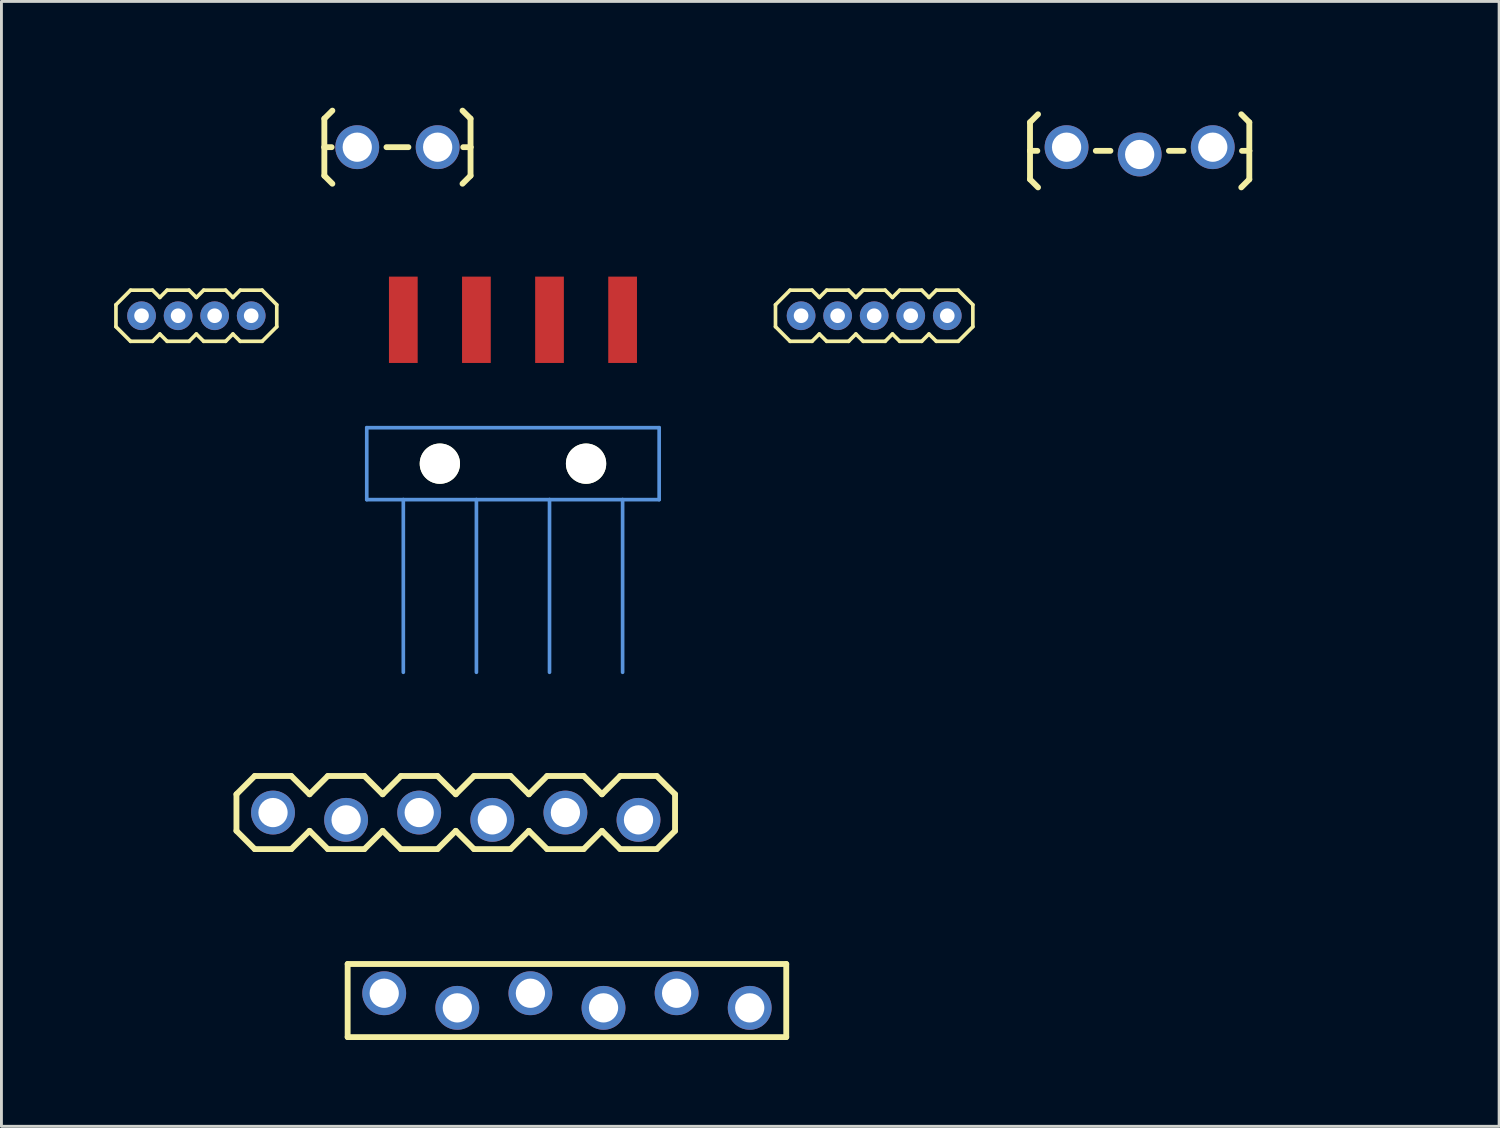
<source format=kicad_pcb>
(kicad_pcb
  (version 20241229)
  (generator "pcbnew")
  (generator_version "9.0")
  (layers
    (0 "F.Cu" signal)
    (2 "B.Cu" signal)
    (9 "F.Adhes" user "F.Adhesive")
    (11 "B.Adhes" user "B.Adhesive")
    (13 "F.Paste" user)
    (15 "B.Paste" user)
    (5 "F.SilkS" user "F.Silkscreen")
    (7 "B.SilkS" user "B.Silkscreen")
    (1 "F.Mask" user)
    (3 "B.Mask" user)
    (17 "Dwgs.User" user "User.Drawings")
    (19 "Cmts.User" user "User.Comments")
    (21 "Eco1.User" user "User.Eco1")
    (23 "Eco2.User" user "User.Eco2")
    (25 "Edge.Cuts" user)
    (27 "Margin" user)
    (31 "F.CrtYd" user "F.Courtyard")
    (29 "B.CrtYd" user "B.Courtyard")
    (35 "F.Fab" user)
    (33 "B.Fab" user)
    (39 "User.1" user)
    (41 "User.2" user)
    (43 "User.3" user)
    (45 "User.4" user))
  (footprint "1X03_LOCK_LONGPADS"
    (layer "F.Cu")
    (at 34.01 2.064)
    (property "Reference" "1X03_LOCK_LONGPADS" (at 1.27 -1.143 0) (layer "Eco1.User") (effects (font (size 1.27 1.27) (thickness 0.102))))
    (attr through_hole)
    (fp_line (start -1.27 -0.864) (end -0.991 -1.143) (stroke (width 0.203) (type solid)) (layer "F.SilkS"))
    (fp_line (start -1.27 0.127) (end -1.27 -0.864) (stroke (width 0.203) (type solid)) (layer "F.SilkS"))
    (fp_line (start -1.27 0.127) (end -1.27 1.118) (stroke (width 0.203) (type solid)) (layer "F.SilkS"))
    (fp_line (start -1.27 0.127) (end -1.016 0.127) (stroke (width 0.203) (type solid)) (layer "F.SilkS"))
    (fp_line (start -1.27 1.118) (end -0.991 1.397) (stroke (width 0.203) (type solid)) (layer "F.SilkS"))
    (fp_line (start 1.524 0.127) (end 1.016 0.127) (stroke (width 0.203) (type solid)) (layer "F.SilkS"))
    (fp_line (start 4.064 0.127) (end 3.556 0.127) (stroke (width 0.203) (type solid)) (layer "F.SilkS"))
    (fp_line (start 6.35 -0.864) (end 6.071 -1.143) (stroke (width 0.203) (type solid)) (layer "F.SilkS"))
    (fp_line (start 6.35 0.127) (end 6.096 0.127) (stroke (width 0.203) (type solid)) (layer "F.SilkS"))
    (fp_line (start 6.35 0.127) (end 6.35 -0.864) (stroke (width 0.203) (type solid)) (layer "F.SilkS"))
    (fp_line (start 6.35 0.127) (end 6.35 1.118) (stroke (width 0.203) (type solid)) (layer "F.SilkS"))
    (fp_line (start 6.35 1.118) (end 6.071 1.397) (stroke (width 0.203) (type solid)) (layer "F.SilkS"))
    (pad "1" thru_hole oval (at 0 0 90) (size 1.524 1.524) (drill 1.016) (layers "*.Cu" "*.Mask"))
    (pad "2" thru_hole oval (at 2.54 0.254 90) (size 1.524 1.524) (drill 1.016) (layers "*.Cu" "*.Mask"))
    (pad "3" thru_hole oval (at 5.08 0 90) (size 1.524 1.524) (drill 1.016) (layers "*.Cu" "*.Mask")))
  (footprint "1X06-SIP_LOCK"
    (layer "F.Cu")
    (at 6.436 25.184)
    (property "Reference" "1X06-SIP_LOCK" (at 1.27 -0.889 0) (layer "Eco1.User") (effects (font (size 1.27 1.27) (thickness 0.102))))
    (attr through_hole)
    (fp_line (start -1.27 -0.635) (end -1.27 0.635) (stroke (width 0.203) (type solid)) (layer "F.SilkS"))
    (fp_line (start -1.27 0.635) (end -0.635 1.27) (stroke (width 0.203) (type solid)) (layer "F.SilkS"))
    (fp_line (start -0.635 -1.27) (end -1.27 -0.635) (stroke (width 0.203) (type solid)) (layer "F.SilkS"))
    (fp_line (start -0.635 -1.27) (end 0.635 -1.27) (stroke (width 0.203) (type solid)) (layer "F.SilkS"))
    (fp_line (start 0.635 -1.27) (end 1.27 -0.635) (stroke (width 0.203) (type solid)) (layer "F.SilkS"))
    (fp_line (start 0.635 1.27) (end -0.635 1.27) (stroke (width 0.203) (type solid)) (layer "F.SilkS"))
    (fp_line (start 1.27 -0.635) (end 1.905 -1.27) (stroke (width 0.203) (type solid)) (layer "F.SilkS"))
    (fp_line (start 1.27 0.635) (end 0.635 1.27) (stroke (width 0.203) (type solid)) (layer "F.SilkS"))
    (fp_line (start 1.905 -1.27) (end 3.175 -1.27) (stroke (width 0.203) (type solid)) (layer "F.SilkS"))
    (fp_line (start 1.905 1.27) (end 1.27 0.635) (stroke (width 0.203) (type solid)) (layer "F.SilkS"))
    (fp_line (start 3.175 -1.27) (end 3.81 -0.635) (stroke (width 0.203) (type solid)) (layer "F.SilkS"))
    (fp_line (start 3.175 1.27) (end 1.905 1.27) (stroke (width 0.203) (type solid)) (layer "F.SilkS"))
    (fp_line (start 3.81 -0.635) (end 4.445 -1.27) (stroke (width 0.203) (type solid)) (layer "F.SilkS"))
    (fp_line (start 3.81 0.635) (end 3.175 1.27) (stroke (width 0.203) (type solid)) (layer "F.SilkS"))
    (fp_line (start 4.445 -1.27) (end 5.715 -1.27) (stroke (width 0.203) (type solid)) (layer "F.SilkS"))
    (fp_line (start 4.445 1.27) (end 3.81 0.635) (stroke (width 0.203) (type solid)) (layer "F.SilkS"))
    (fp_line (start 5.715 -1.27) (end 6.35 -0.635) (stroke (width 0.203) (type solid)) (layer "F.SilkS"))
    (fp_line (start 5.715 1.27) (end 4.445 1.27) (stroke (width 0.203) (type solid)) (layer "F.SilkS"))
    (fp_line (start 6.35 0.635) (end 5.715 1.27) (stroke (width 0.203) (type solid)) (layer "F.SilkS"))
    (fp_line (start 6.35 0.635) (end 6.985 1.27) (stroke (width 0.203) (type solid)) (layer "F.SilkS"))
    (fp_line (start 6.985 -1.27) (end 6.35 -0.635) (stroke (width 0.203) (type solid)) (layer "F.SilkS"))
    (fp_line (start 6.985 -1.27) (end 8.255 -1.27) (stroke (width 0.203) (type solid)) (layer "F.SilkS"))
    (fp_line (start 8.255 -1.27) (end 8.89 -0.635) (stroke (width 0.203) (type solid)) (layer "F.SilkS"))
    (fp_line (start 8.255 1.27) (end 6.985 1.27) (stroke (width 0.203) (type solid)) (layer "F.SilkS"))
    (fp_line (start 8.89 -0.635) (end 9.525 -1.27) (stroke (width 0.203) (type solid)) (layer "F.SilkS"))
    (fp_line (start 8.89 0.635) (end 8.255 1.27) (stroke (width 0.203) (type solid)) (layer "F.SilkS"))
    (fp_line (start 9.525 -1.27) (end 10.795 -1.27) (stroke (width 0.203) (type solid)) (layer "F.SilkS"))
    (fp_line (start 9.525 1.27) (end 8.89 0.635) (stroke (width 0.203) (type solid)) (layer "F.SilkS"))
    (fp_line (start 10.795 -1.27) (end 11.43 -0.635) (stroke (width 0.203) (type solid)) (layer "F.SilkS"))
    (fp_line (start 10.795 1.27) (end 9.525 1.27) (stroke (width 0.203) (type solid)) (layer "F.SilkS"))
    (fp_line (start 11.43 -0.635) (end 12.065 -1.27) (stroke (width 0.203) (type solid)) (layer "F.SilkS"))
    (fp_line (start 11.43 0.635) (end 10.795 1.27) (stroke (width 0.203) (type solid)) (layer "F.SilkS"))
    (fp_line (start 12.065 -1.27) (end 13.335 -1.27) (stroke (width 0.203) (type solid)) (layer "F.SilkS"))
    (fp_line (start 12.065 1.27) (end 11.43 0.635) (stroke (width 0.203) (type solid)) (layer "F.SilkS"))
    (fp_line (start 13.335 -1.27) (end 13.97 -0.635) (stroke (width 0.203) (type solid)) (layer "F.SilkS"))
    (fp_line (start 13.335 1.27) (end 12.065 1.27) (stroke (width 0.203) (type solid)) (layer "F.SilkS"))
    (fp_line (start 13.97 -0.635) (end 13.97 0.635) (stroke (width 0.203) (type solid)) (layer "F.SilkS"))
    (fp_line (start 13.97 0.635) (end 13.335 1.27) (stroke (width 0.203) (type solid)) (layer "F.SilkS"))
    (pad "1" thru_hole oval (at 0 0) (size 1.524 1.524) (drill 1.016) (layers "*.Cu" "*.Mask"))
    (pad "2" thru_hole oval (at 2.54 0.254) (size 1.524 1.524) (drill 1.016) (layers "*.Cu" "*.Mask"))
    (pad "3" thru_hole oval (at 5.08 0) (size 1.524 1.524) (drill 1.016) (layers "*.Cu" "*.Mask"))
    (pad "4" thru_hole oval (at 7.62 0.254) (size 1.524 1.524) (drill 1.016) (layers "*.Cu" "*.Mask"))
    (pad "5" thru_hole oval (at 10.16 0) (size 1.524 1.524) (drill 1.016) (layers "*.Cu" "*.Mask"))
    (pad "6" thru_hole oval (at 12.7 0.254) (size 1.524 1.524) (drill 1.016) (layers "*.Cu" "*.Mask")))
  (footprint "1X04-SMD"
    (layer "F.Cu")
    (at 14.774 13.061)
    (property "Reference" "1X04-SMD" (at 0 0 0) (layer "Cmts.User") (effects (font (size 0.001 0.001) (thickness 0.000001))))
    (attr through_hole)
    (fp_line (start -5.08 -1.25) (end -5.08 1.25) (stroke (width 0.127) (type solid)) (layer "Cmts.User"))
    (fp_line (start -5.08 1.25) (end -3.81 1.25) (stroke (width 0.127) (type solid)) (layer "Cmts.User"))
    (fp_line (start -3.81 1.25) (end -3.81 7.249) (stroke (width 0.127) (type solid)) (layer "Cmts.User"))
    (fp_line (start -3.81 1.25) (end -1.27 1.25) (stroke (width 0.127) (type solid)) (layer "Cmts.User"))
    (fp_line (start -1.27 1.25) (end -1.27 7.249) (stroke (width 0.127) (type solid)) (layer "Cmts.User"))
    (fp_line (start -1.27 1.25) (end 1.27 1.25) (stroke (width 0.127) (type solid)) (layer "Cmts.User"))
    (fp_line (start 1.27 1.25) (end 1.27 7.249) (stroke (width 0.127) (type solid)) (layer "Cmts.User"))
    (fp_line (start 1.27 1.25) (end 3.81 1.25) (stroke (width 0.127) (type solid)) (layer "Cmts.User"))
    (fp_line (start 3.81 1.25) (end 3.81 7.249) (stroke (width 0.127) (type solid)) (layer "Cmts.User"))
    (fp_line (start 3.81 1.25) (end 5.08 1.25) (stroke (width 0.127) (type solid)) (layer "Cmts.User"))
    (fp_line (start 5.08 -1.25) (end -5.08 -1.25) (stroke (width 0.127) (type solid)) (layer "Cmts.User"))
    (fp_line (start 5.08 1.25) (end 5.08 -1.25) (stroke (width 0.127) (type solid)) (layer "Cmts.User"))
    (pad "" np_thru_hole circle (at -2.54 0) (size 1.4 1.4) (drill 1.4) (layers "*.Cu" "*.Mask" "F.SilkS"))
    (pad "" np_thru_hole circle (at 2.54 0) (size 1.4 1.4) (drill 1.4) (layers "*.Cu" "*.Mask" "F.SilkS"))
    (pad "1" smd rect (at -3.81 -4.999 90) (size 3 0.998) (layers "F.Cu" "F.Mask" "F.Paste"))
    (pad "2" smd rect (at -1.27 -4.999 90) (size 3 0.998) (layers "F.Cu" "F.Mask" "F.Paste"))
    (pad "3" smd rect (at 1.27 -4.999 90) (size 3 0.998) (layers "F.Cu" "F.Mask" "F.Paste"))
    (pad "4" smd rect (at 3.81 -4.999 90) (size 3 0.998) (layers "F.Cu" "F.Mask" "F.Paste")))
  (footprint "1X05-1.27MM"
    (layer "F.Cu")
    (at 24.785 7.921)
    (property "Reference" "1X05-1.27MM" (at 0.305 -1.067 0) (layer "Eco1.User") (effects (font (size 0.406 0.406) (thickness 0.03))))
    (attr through_hole)
    (fp_line (start -0.889 -0.381) (end -0.889 0.381) (stroke (width 0.127) (type solid)) (layer "F.SilkS"))
    (fp_line (start -0.889 0.381) (end -0.381 0.889) (stroke (width 0.127) (type solid)) (layer "F.SilkS"))
    (fp_line (start -0.381 -0.889) (end -0.889 -0.381) (stroke (width 0.127) (type solid)) (layer "F.SilkS"))
    (fp_line (start -0.381 0.889) (end 0.381 0.889) (stroke (width 0.127) (type solid)) (layer "F.SilkS"))
    (fp_line (start 0.381 -0.889) (end -0.381 -0.889) (stroke (width 0.127) (type solid)) (layer "F.SilkS"))
    (fp_line (start 0.381 0.889) (end 0.635 0.635) (stroke (width 0.127) (type solid)) (layer "F.SilkS"))
    (fp_line (start 0.635 -0.635) (end 0.381 -0.889) (stroke (width 0.127) (type solid)) (layer "F.SilkS"))
    (fp_line (start 0.635 0.635) (end 0.889 0.889) (stroke (width 0.127) (type solid)) (layer "F.SilkS"))
    (fp_line (start 0.889 -0.889) (end 0.635 -0.635) (stroke (width 0.127) (type solid)) (layer "F.SilkS"))
    (fp_line (start 0.889 0.889) (end 1.651 0.889) (stroke (width 0.127) (type solid)) (layer "F.SilkS"))
    (fp_line (start 1.651 -0.889) (end 0.889 -0.889) (stroke (width 0.127) (type solid)) (layer "F.SilkS"))
    (fp_line (start 1.651 0.889) (end 1.905 0.635) (stroke (width 0.127) (type solid)) (layer "F.SilkS"))
    (fp_line (start 1.905 -0.635) (end 1.651 -0.889) (stroke (width 0.127) (type solid)) (layer "F.SilkS"))
    (fp_line (start 1.905 0.635) (end 2.159 0.889) (stroke (width 0.127) (type solid)) (layer "F.SilkS"))
    (fp_line (start 2.159 -0.889) (end 1.905 -0.635) (stroke (width 0.127) (type solid)) (layer "F.SilkS"))
    (fp_line (start 2.159 0.889) (end 2.921 0.889) (stroke (width 0.127) (type solid)) (layer "F.SilkS"))
    (fp_line (start 2.921 -0.889) (end 2.159 -0.889) (stroke (width 0.127) (type solid)) (layer "F.SilkS"))
    (fp_line (start 2.921 0.889) (end 3.175 0.635) (stroke (width 0.127) (type solid)) (layer "F.SilkS"))
    (fp_line (start 3.175 -0.635) (end 2.921 -0.889) (stroke (width 0.127) (type solid)) (layer "F.SilkS"))
    (fp_line (start 3.175 0.635) (end 3.429 0.889) (stroke (width 0.127) (type solid)) (layer "F.SilkS"))
    (fp_line (start 3.429 -0.889) (end 3.175 -0.635) (stroke (width 0.127) (type solid)) (layer "F.SilkS"))
    (fp_line (start 3.429 0.889) (end 4.191 0.889) (stroke (width 0.127) (type solid)) (layer "F.SilkS"))
    (fp_line (start 4.191 -0.889) (end 3.429 -0.889) (stroke (width 0.127) (type solid)) (layer "F.SilkS"))
    (fp_line (start 4.191 0.889) (end 4.445 0.635) (stroke (width 0.127) (type solid)) (layer "F.SilkS"))
    (fp_line (start 4.445 -0.635) (end 4.191 -0.889) (stroke (width 0.127) (type solid)) (layer "F.SilkS"))
    (fp_line (start 4.445 0.635) (end 4.699 0.889) (stroke (width 0.127) (type solid)) (layer "F.SilkS"))
    (fp_line (start 4.699 -0.889) (end 4.445 -0.635) (stroke (width 0.127) (type solid)) (layer "F.SilkS"))
    (fp_line (start 4.699 0.889) (end 5.461 0.889) (stroke (width 0.127) (type solid)) (layer "F.SilkS"))
    (fp_line (start 5.461 -0.889) (end 4.699 -0.889) (stroke (width 0.127) (type solid)) (layer "F.SilkS"))
    (fp_line (start 5.461 -0.889) (end 5.969 -0.381) (stroke (width 0.127) (type solid)) (layer "F.SilkS"))
    (fp_line (start 5.969 -0.381) (end 5.969 0.381) (stroke (width 0.127) (type solid)) (layer "F.SilkS"))
    (fp_line (start 5.969 0.381) (end 5.461 0.889) (stroke (width 0.127) (type solid)) (layer "F.SilkS"))
    (pad "1" thru_hole oval (at 0 0) (size 0.998 0.998) (drill 0.508) (layers "*.Cu" "*.Mask"))
    (pad "2" thru_hole oval (at 1.27 0) (size 0.998 0.998) (drill 0.508) (layers "*.Cu" "*.Mask"))
    (pad "3" thru_hole oval (at 2.54 0) (size 0.998 0.998) (drill 0.508) (layers "*.Cu" "*.Mask"))
    (pad "4" thru_hole oval (at 3.81 0) (size 0.998 0.998) (drill 0.508) (layers "*.Cu" "*.Mask"))
    (pad "5" thru_hole oval (at 5.08 0) (size 0.998 0.998) (drill 0.508) (layers "*.Cu" "*.Mask")))
  (footprint "1X06_FEMALE_LOCK.010"
    (layer "F.Cu")
    (at 10.3 31.716)
    (property "Reference" "1X06_FEMALE_LOCK.010" (at 1.194 -1.194 0) (layer "Eco1.User") (effects (font (size 1.27 1.27) (thickness 0.127))))
    (attr through_hole)
    (fp_line (start -1.27 -1.27) (end -1.27 1.27) (stroke (width 0.203) (type solid)) (layer "F.SilkS"))
    (fp_line (start -1.27 -1.27) (end 13.97 -1.27) (stroke (width 0.203) (type solid)) (layer "F.SilkS"))
    (fp_line (start 13.97 -1.27) (end 13.97 1.27) (stroke (width 0.203) (type solid)) (layer "F.SilkS"))
    (fp_line (start 13.97 1.27) (end -1.27 1.27) (stroke (width 0.203) (type solid)) (layer "F.SilkS"))
    (pad "1" thru_hole oval (at 0 -0.254 90) (size 1.524 1.524) (drill 1.016) (layers "*.Cu" "*.Mask"))
    (pad "2" thru_hole oval (at 2.54 0.254 90) (size 1.524 1.524) (drill 1.016) (layers "*.Cu" "*.Mask"))
    (pad "3" thru_hole oval (at 5.08 -0.254 90) (size 1.524 1.524) (drill 1.016) (layers "*.Cu" "*.Mask"))
    (pad "4" thru_hole oval (at 7.62 0.254 90) (size 1.524 1.524) (drill 1.016) (layers "*.Cu" "*.Mask"))
    (pad "5" thru_hole oval (at 10.16 -0.254 90) (size 1.524 1.524) (drill 1.016) (layers "*.Cu" "*.Mask"))
    (pad "6" thru_hole oval (at 12.7 0.254 90) (size 1.524 1.524) (drill 1.016) (layers "*.Cu" "*.Mask")))
  (footprint "1X04-1.27MM"
    (layer "F.Cu")
    (at 1.868 7.921)
    (property "Reference" "1X04-1.27MM" (at 0.305 -1.067 0) (layer "Eco1.User") (effects (font (size 0.406 0.406) (thickness 0.03))))
    (attr through_hole)
    (fp_line (start -0.889 -0.381) (end -0.889 0.381) (stroke (width 0.127) (type solid)) (layer "F.SilkS"))
    (fp_line (start -0.889 0.381) (end -0.381 0.889) (stroke (width 0.127) (type solid)) (layer "F.SilkS"))
    (fp_line (start -0.381 -0.889) (end -0.889 -0.381) (stroke (width 0.127) (type solid)) (layer "F.SilkS"))
    (fp_line (start -0.381 0.889) (end 0.381 0.889) (stroke (width 0.127) (type solid)) (layer "F.SilkS"))
    (fp_line (start 0.381 -0.889) (end -0.381 -0.889) (stroke (width 0.127) (type solid)) (layer "F.SilkS"))
    (fp_line (start 0.381 0.889) (end 0.635 0.635) (stroke (width 0.127) (type solid)) (layer "F.SilkS"))
    (fp_line (start 0.635 -0.635) (end 0.381 -0.889) (stroke (width 0.127) (type solid)) (layer "F.SilkS"))
    (fp_line (start 0.635 0.635) (end 0.889 0.889) (stroke (width 0.127) (type solid)) (layer "F.SilkS"))
    (fp_line (start 0.889 -0.889) (end 0.635 -0.635) (stroke (width 0.127) (type solid)) (layer "F.SilkS"))
    (fp_line (start 0.889 0.889) (end 1.651 0.889) (stroke (width 0.127) (type solid)) (layer "F.SilkS"))
    (fp_line (start 1.651 -0.889) (end 0.889 -0.889) (stroke (width 0.127) (type solid)) (layer "F.SilkS"))
    (fp_line (start 1.651 0.889) (end 1.905 0.635) (stroke (width 0.127) (type solid)) (layer "F.SilkS"))
    (fp_line (start 1.905 -0.635) (end 1.651 -0.889) (stroke (width 0.127) (type solid)) (layer "F.SilkS"))
    (fp_line (start 1.905 0.635) (end 2.159 0.889) (stroke (width 0.127) (type solid)) (layer "F.SilkS"))
    (fp_line (start 2.159 -0.889) (end 1.905 -0.635) (stroke (width 0.127) (type solid)) (layer "F.SilkS"))
    (fp_line (start 2.159 0.889) (end 2.921 0.889) (stroke (width 0.127) (type solid)) (layer "F.SilkS"))
    (fp_line (start 2.921 -0.889) (end 2.159 -0.889) (stroke (width 0.127) (type solid)) (layer "F.SilkS"))
    (fp_line (start 2.921 0.889) (end 3.175 0.635) (stroke (width 0.127) (type solid)) (layer "F.SilkS"))
    (fp_line (start 3.175 -0.635) (end 2.921 -0.889) (stroke (width 0.127) (type solid)) (layer "F.SilkS"))
    (fp_line (start 3.175 0.635) (end 3.429 0.889) (stroke (width 0.127) (type solid)) (layer "F.SilkS"))
    (fp_line (start 3.429 -0.889) (end 3.175 -0.635) (stroke (width 0.127) (type solid)) (layer "F.SilkS"))
    (fp_line (start 3.429 0.889) (end 4.191 0.889) (stroke (width 0.127) (type solid)) (layer "F.SilkS"))
    (fp_line (start 4.191 -0.889) (end 3.429 -0.889) (stroke (width 0.127) (type solid)) (layer "F.SilkS"))
    (fp_line (start 4.191 -0.889) (end 4.699 -0.381) (stroke (width 0.127) (type solid)) (layer "F.SilkS"))
    (fp_line (start 4.699 -0.381) (end 4.699 0.381) (stroke (width 0.127) (type solid)) (layer "F.SilkS"))
    (fp_line (start 4.699 0.381) (end 4.191 0.889) (stroke (width 0.127) (type solid)) (layer "F.SilkS"))
    (pad "1" thru_hole oval (at 0 0) (size 0.998 0.998) (drill 0.508) (layers "*.Cu" "*.Mask"))
    (pad "2" thru_hole oval (at 1.27 0) (size 0.998 0.998) (drill 0.508) (layers "*.Cu" "*.Mask"))
    (pad "3" thru_hole oval (at 2.54 0) (size 0.998 0.998) (drill 0.508) (layers "*.Cu" "*.Mask"))
    (pad "4" thru_hole oval (at 3.81 0) (size 0.998 0.998) (drill 0.508) (layers "*.Cu" "*.Mask")))
  (footprint "1X02_LOCK_LONGPADS"
    (layer "F.Cu")
    (at 9.49 2.064)
    (property "Reference" "1X02_LOCK_LONGPADS" (at 1.27 -1.143 0) (layer "Eco1.User") (effects (font (size 1.27 1.27) (thickness 0.102))))
    (attr through_hole)
    (fp_line (start -1.27 -0.991) (end -0.991 -1.27) (stroke (width 0.203) (type solid)) (layer "F.SilkS"))
    (fp_line (start -1.27 0) (end -1.27 -0.991) (stroke (width 0.203) (type solid)) (layer "F.SilkS"))
    (fp_line (start -1.27 0) (end -1.27 0.991) (stroke (width 0.203) (type solid)) (layer "F.SilkS"))
    (fp_line (start -1.27 0) (end -1.016 0) (stroke (width 0.203) (type solid)) (layer "F.SilkS"))
    (fp_line (start -1.27 0.991) (end -0.991 1.27) (stroke (width 0.203) (type solid)) (layer "F.SilkS"))
    (fp_line (start 1.651 0) (end 0.889 0) (stroke (width 0.203) (type solid)) (layer "F.SilkS"))
    (fp_line (start 3.81 -0.991) (end 3.531 -1.27) (stroke (width 0.203) (type solid)) (layer "F.SilkS"))
    (fp_line (start 3.81 0) (end 3.556 0) (stroke (width 0.203) (type solid)) (layer "F.SilkS"))
    (fp_line (start 3.81 0) (end 3.81 -0.991) (stroke (width 0.203) (type solid)) (layer "F.SilkS"))
    (fp_line (start 3.81 0) (end 3.81 0.991) (stroke (width 0.203) (type solid)) (layer "F.SilkS"))
    (fp_line (start 3.81 0.991) (end 3.531 1.27) (stroke (width 0.203) (type solid)) (layer "F.SilkS"))
    (pad "1" thru_hole oval (at -0.127 0 90) (size 1.524 1.524) (drill 1.016) (layers "*.Cu" "*.Mask"))
    (pad "2" thru_hole oval (at 2.667 0 90) (size 1.524 1.524) (drill 1.016) (layers "*.Cu" "*.Mask")))
  (gr_rect
    (start -3 -3)
    (end 49.04 36.087)
    (stroke (width 0.1) (type default))
    (fill no)
    (layer "Edge.Cuts")))
</source>
